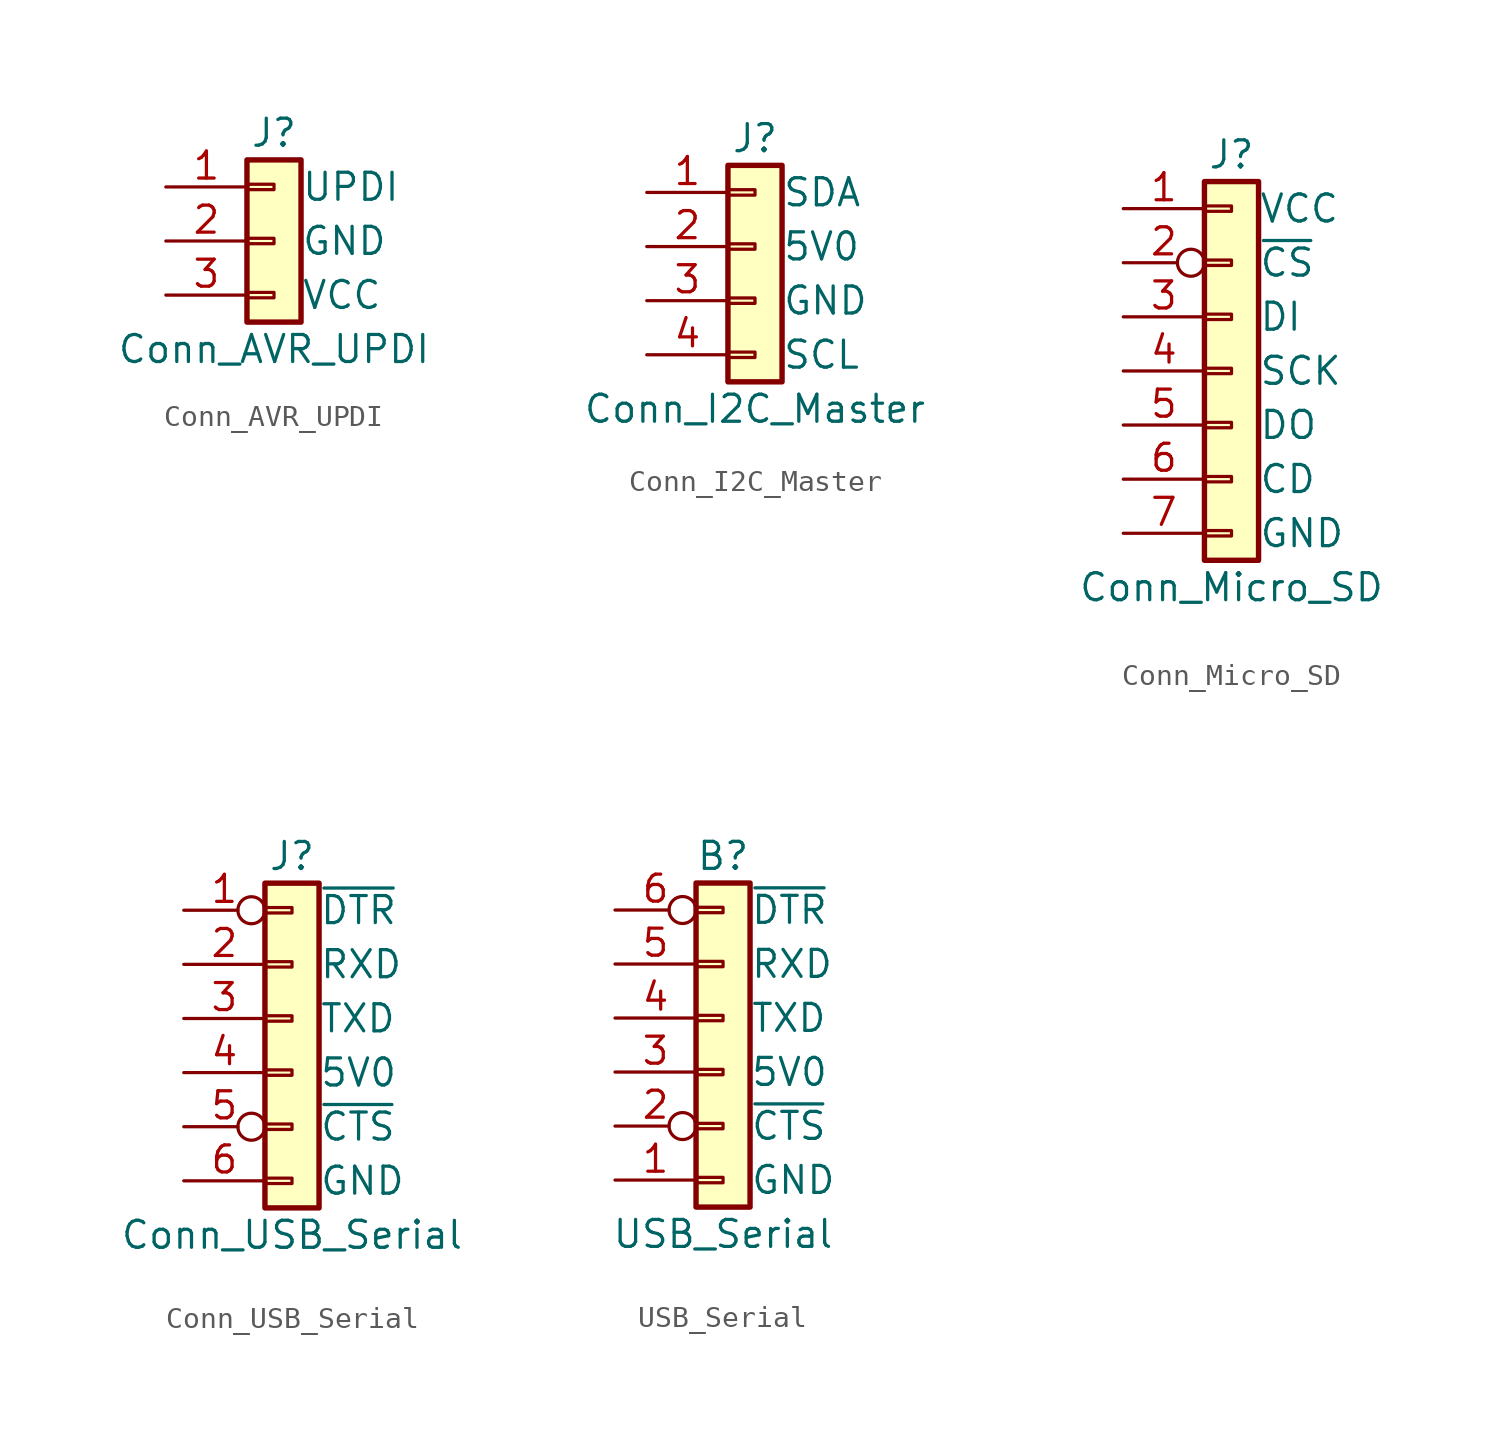
<source format=kicad_sym>
(kicad_symbol_lib
  (version 20211014)
  (generator kicad_symbol_editor)
  (symbol "Conn_AVR_UPDI"
    (pin_names
      (offset 2.54))
    (property "Reference" "J"
      (at 0 7.62 0)
      (effects (font (size 1.27 1.27))))
    (property "Value" "Conn_AVR_UPDI"
      (at 0 -2.54 0)
      (effects (font (size 1.27 1.27))))
    (symbol "Conn_AVR_UPDI_1_1"
      (rectangle (start -1.27 0.127) (end 0 -0.127) (stroke (width 0.152) (type default) (color 0 0 0 0)) (fill (type none)))
      (rectangle (start -1.27 2.667) (end 0 2.413) (stroke (width 0.152) (type default) (color 0 0 0 0)) (fill (type none)))
      (rectangle (start -1.27 5.207) (end 0 4.953) (stroke (width 0.152) (type default) (color 0 0 0 0)) (fill (type none)))
      (rectangle (start -1.27 6.35) (end 1.27 -1.27) (stroke (width 0.254) (type default) (color 0 0 0 0)) (fill (type background)))
      (pin bidirectional line (at -5.08 5.08 0) (length 3.81) (name "UPDI" (effects (font (size 1.27 1.27)))) (number "1" (effects (font (size 1.27 1.27)))))
      (pin passive line (at -5.08 2.54 0) (length 3.81) (name "GND" (effects (font (size 1.27 1.27)))) (number "2" (effects (font (size 1.27 1.27)))))
      (pin passive line (at -5.08 0 0) (length 3.81) (name "VCC" (effects (font (size 1.27 1.27)))) (number "3" (effects (font (size 1.27 1.27)))))))
  (symbol "Conn_I2C_Master"
    (pin_names
      (offset 2.54))
    (property "Reference" "J"
      (at 0 5.08 0)
      (effects (font (size 1.27 1.27))))
    (property "Value" "Conn_I2C_Master"
      (at 0 -7.62 0)
      (effects (font (size 1.27 1.27))))
    (symbol "Conn_I2C_Master_1_1"
      (rectangle (start -1.27 -4.953) (end 0 -5.207) (stroke (width 0.152) (type default) (color 0 0 0 0)) (fill (type none)))
      (rectangle (start -1.27 -2.413) (end 0 -2.667) (stroke (width 0.152) (type default) (color 0 0 0 0)) (fill (type none)))
      (rectangle (start -1.27 0.127) (end 0 -0.127) (stroke (width 0.152) (type default) (color 0 0 0 0)) (fill (type none)))
      (rectangle (start -1.27 2.667) (end 0 2.413) (stroke (width 0.152) (type default) (color 0 0 0 0)) (fill (type none)))
      (rectangle (start -1.27 3.81) (end 1.27 -6.35) (stroke (width 0.254) (type default) (color 0 0 0 0)) (fill (type background)))
      (pin bidirectional line (at -5.08 2.54 0) (length 3.81) (name "SDA" (effects (font (size 1.27 1.27)))) (number "1" (effects (font (size 1.27 1.27)))))
      (pin power_in line (at -5.08 0 0) (length 3.81) (name "5V0" (effects (font (size 1.27 1.27)))) (number "2" (effects (font (size 1.27 1.27)))))
      (pin power_in line (at -5.08 -2.54 0) (length 3.81) (name "GND" (effects (font (size 1.27 1.27)))) (number "3" (effects (font (size 1.27 1.27)))))
      (pin bidirectional line (at -5.08 -5.08 0) (length 3.81) (name "SCL" (effects (font (size 1.27 1.27)))) (number "4" (effects (font (size 1.27 1.27)))))))
  (symbol "Conn_Micro_SD"
    (pin_names
      (offset 2.54))
    (property "Reference" "J"
      (at 0 10.16 0)
      (effects (font (size 1.27 1.27))))
    (property "Value" "Conn_Micro_SD"
      (at 0 -10.16 0)
      (effects (font (size 1.27 1.27))))
    (symbol "Conn_Micro_SD_1_1"
      (rectangle (start -1.27 -7.493) (end 0 -7.747) (stroke (width 0.152) (type default) (color 0 0 0 0)) (fill (type none)))
      (rectangle (start -1.27 -4.953) (end 0 -5.207) (stroke (width 0.152) (type default) (color 0 0 0 0)) (fill (type none)))
      (rectangle (start -1.27 -2.413) (end 0 -2.667) (stroke (width 0.152) (type default) (color 0 0 0 0)) (fill (type none)))
      (rectangle (start -1.27 0.127) (end 0 -0.127) (stroke (width 0.152) (type default) (color 0 0 0 0)) (fill (type none)))
      (rectangle (start -1.27 2.667) (end 0 2.413) (stroke (width 0.152) (type default) (color 0 0 0 0)) (fill (type none)))
      (rectangle (start -1.27 5.207) (end 0 4.953) (stroke (width 0.152) (type default) (color 0 0 0 0)) (fill (type none)))
      (rectangle (start -1.27 7.747) (end 0 7.493) (stroke (width 0.152) (type default) (color 0 0 0 0)) (fill (type none)))
      (rectangle (start -1.27 8.89) (end 1.27 -8.89) (stroke (width 0.254) (type default) (color 0 0 0 0)) (fill (type background)))
      (pin power_in line (at -5.08 7.62 0) (length 3.81) (name "VCC" (effects (font (size 1.27 1.27)))) (number "1" (effects (font (size 1.27 1.27)))))
      (pin input inverted (at -5.08 5.08 0) (length 3.81) (name "~{CS}" (effects (font (size 1.27 1.27)))) (number "2" (effects (font (size 1.27 1.27)))))
      (pin input line (at -5.08 2.54 0) (length 3.81) (name "DI" (effects (font (size 1.27 1.27)))) (number "3" (effects (font (size 1.27 1.27)))))
      (pin input line (at -5.08 0 0) (length 3.81) (name "SCK" (effects (font (size 1.27 1.27)))) (number "4" (effects (font (size 1.27 1.27)))))
      (pin output line (at -5.08 -2.54 0) (length 3.81) (name "DO" (effects (font (size 1.27 1.27)))) (number "5" (effects (font (size 1.27 1.27)))))
      (pin output line (at -5.08 -5.08 0) (length 3.81) (name "CD" (effects (font (size 1.27 1.27)))) (number "6" (effects (font (size 1.27 1.27)))))
      (pin power_in line (at -5.08 -7.62 0) (length 3.81) (name "GND" (effects (font (size 1.27 1.27)))) (number "7" (effects (font (size 1.27 1.27)))))))
  (symbol "Conn_USB_Serial"
    (pin_names
      (offset 2.54))
    (property "Reference" "J"
      (at 0 7.62 0)
      (effects (font (size 1.27 1.27))))
    (property "Value" "Conn_USB_Serial"
      (at 0 -10.16 0)
      (effects (font (size 1.27 1.27))))
    (symbol "Conn_USB_Serial_1_1"
      (rectangle (start -1.27 -7.493) (end 0 -7.747) (stroke (width 0.152) (type default) (color 0 0 0 0)) (fill (type none)))
      (rectangle (start -1.27 -4.953) (end 0 -5.207) (stroke (width 0.152) (type default) (color 0 0 0 0)) (fill (type none)))
      (rectangle (start -1.27 -2.413) (end 0 -2.667) (stroke (width 0.152) (type default) (color 0 0 0 0)) (fill (type none)))
      (rectangle (start -1.27 0.127) (end 0 -0.127) (stroke (width 0.152) (type default) (color 0 0 0 0)) (fill (type none)))
      (rectangle (start -1.27 2.667) (end 0 2.413) (stroke (width 0.152) (type default) (color 0 0 0 0)) (fill (type none)))
      (rectangle (start -1.27 5.207) (end 0 4.953) (stroke (width 0.152) (type default) (color 0 0 0 0)) (fill (type none)))
      (rectangle (start -1.27 6.35) (end 1.27 -8.89) (stroke (width 0.254) (type default) (color 0 0 0 0)) (fill (type background)))
      (pin output inverted (at -5.08 5.08 0) (length 3.81) (name "~{DTR}" (effects (font (size 1.27 1.27)))) (number "1" (effects (font (size 1.27 1.27)))))
      (pin input line (at -5.08 2.54 0) (length 3.81) (name "RXD" (effects (font (size 1.27 1.27)))) (number "2" (effects (font (size 1.27 1.27)))))
      (pin output line (at -5.08 0 0) (length 3.81) (name "TXD" (effects (font (size 1.27 1.27)))) (number "3" (effects (font (size 1.27 1.27)))))
      (pin power_out line (at -5.08 -2.54 0) (length 3.81) (name "5V0" (effects (font (size 1.27 1.27)))) (number "4" (effects (font (size 1.27 1.27)))))
      (pin input inverted (at -5.08 -5.08 0) (length 3.81) (name "~{CTS}" (effects (font (size 1.27 1.27)))) (number "5" (effects (font (size 1.27 1.27)))))
      (pin power_out line (at -5.08 -7.62 0) (length 3.81) (name "GND" (effects (font (size 1.27 1.27)))) (number "6" (effects (font (size 1.27 1.27)))))))
  (symbol "USB_Serial"
    (pin_names
      (offset 2.54))
    (property "Reference" "B"
      (at 0 7.62 0)
      (effects (font (size 1.27 1.27))))
    (property "Value" "USB_Serial"
      (at 0 -10.16 0)
      (effects (font (size 1.27 1.27))))
    (symbol "USB_Serial_1_1"
      (rectangle (start -1.27 -7.493) (end 0 -7.747) (stroke (width 0.152) (type default) (color 0 0 0 0)) (fill (type none)))
      (rectangle (start -1.27 -4.953) (end 0 -5.207) (stroke (width 0.152) (type default) (color 0 0 0 0)) (fill (type none)))
      (rectangle (start -1.27 -2.413) (end 0 -2.667) (stroke (width 0.152) (type default) (color 0 0 0 0)) (fill (type none)))
      (rectangle (start -1.27 0.127) (end 0 -0.127) (stroke (width 0.152) (type default) (color 0 0 0 0)) (fill (type none)))
      (rectangle (start -1.27 2.667) (end 0 2.413) (stroke (width 0.152) (type default) (color 0 0 0 0)) (fill (type none)))
      (rectangle (start -1.27 5.207) (end 0 4.953) (stroke (width 0.152) (type default) (color 0 0 0 0)) (fill (type none)))
      (rectangle (start -1.27 6.35) (end 1.27 -8.89) (stroke (width 0.254) (type default) (color 0 0 0 0)) (fill (type background)))
      (pin power_out line (at -5.08 -7.62 0) (length 3.81) (name "GND" (effects (font (size 1.27 1.27)))) (number "1" (effects (font (size 1.27 1.27)))))
      (pin input inverted (at -5.08 -5.08 0) (length 3.81) (name "~{CTS}" (effects (font (size 1.27 1.27)))) (number "2" (effects (font (size 1.27 1.27)))))
      (pin power_out line (at -5.08 -2.54 0) (length 3.81) (name "5V0" (effects (font (size 1.27 1.27)))) (number "3" (effects (font (size 1.27 1.27)))))
      (pin input line (at -5.08 0 0) (length 3.81) (name "TXD" (effects (font (size 1.27 1.27)))) (number "4" (effects (font (size 1.27 1.27)))))
      (pin output line (at -5.08 2.54 0) (length 3.81) (name "RXD" (effects (font (size 1.27 1.27)))) (number "5" (effects (font (size 1.27 1.27)))))
      (pin output inverted (at -5.08 5.08 0) (length 3.81) (name "~{DTR}" (effects (font (size 1.27 1.27)))) (number "6" (effects (font (size 1.27 1.27))))))))
</source>
